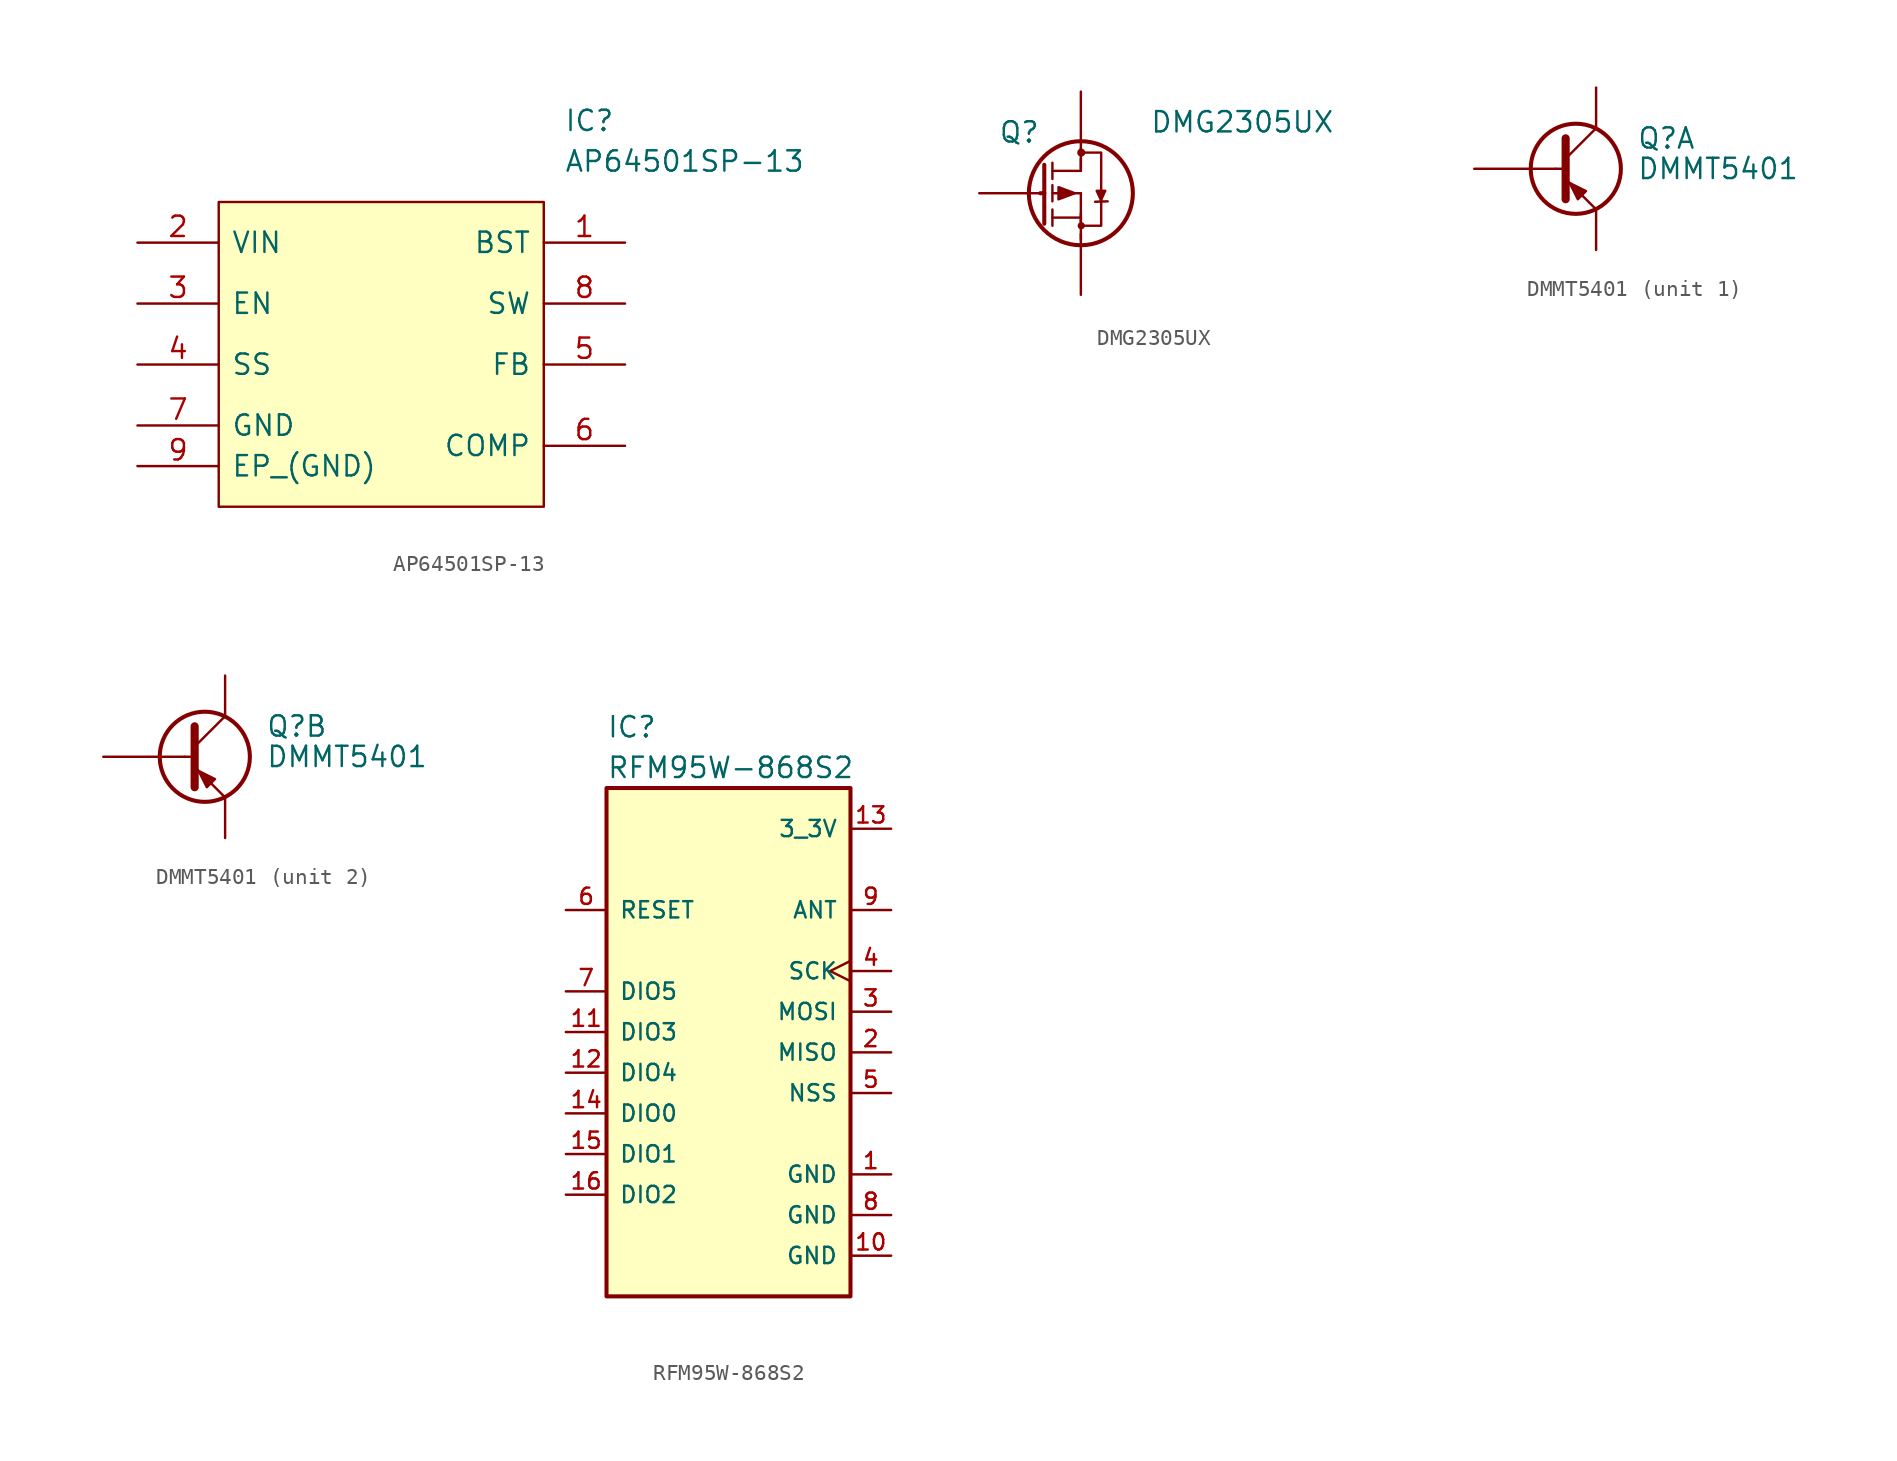
<source format=kicad_sym>
(kicad_symbol_lib
  (version 20211014)
  (generator kicad_symbol_editor)
  (symbol "AP64501SP-13"
    (pin_names
      (offset 0.762))
    (property "Reference" "IC"
      (at 26.67 7.62 0)
      (effects (font (size 1.27 1.27)) (justify left)))
    (property "Value" "AP64501SP-13"
      (at 26.67 5.08 0)
      (effects (font (size 1.27 1.27)) (justify left)))
    (symbol "AP64501SP-13_0_0"
      (pin passive line (at 30.48 0 180) (length 5.08) (name "BST" (effects (font (size 1.27 1.27)))) (number "1" (effects (font (size 1.27 1.27)))))
      (pin passive line (at 0 0 0) (length 5.08) (name "VIN" (effects (font (size 1.27 1.27)))) (number "2" (effects (font (size 1.27 1.27)))))
      (pin passive line (at 0 -3.81 0) (length 5.08) (name "EN" (effects (font (size 1.27 1.27)))) (number "3" (effects (font (size 1.27 1.27)))))
      (pin passive line (at 0 -7.62 0) (length 5.08) (name "SS" (effects (font (size 1.27 1.27)))) (number "4" (effects (font (size 1.27 1.27)))))
      (pin passive line (at 30.48 -7.62 180) (length 5.08) (name "FB" (effects (font (size 1.27 1.27)))) (number "5" (effects (font (size 1.27 1.27)))))
      (pin passive line (at 30.48 -12.7 180) (length 5.08) (name "COMP" (effects (font (size 1.27 1.27)))) (number "6" (effects (font (size 1.27 1.27)))))
      (pin passive line (at 0 -11.43 0) (length 5.08) (name "GND" (effects (font (size 1.27 1.27)))) (number "7" (effects (font (size 1.27 1.27)))))
      (pin passive line (at 30.48 -3.81 180) (length 5.08) (name "SW" (effects (font (size 1.27 1.27)))) (number "8" (effects (font (size 1.27 1.27)))))
      (pin passive line (at 0 -13.97 0) (length 5.08) (name "EP_(GND)" (effects (font (size 1.27 1.27)))) (number "9" (effects (font (size 1.27 1.27))))))
    (symbol "AP64501SP-13_0_1"
      (polyline (pts (xy 5.08 2.54) (xy 25.4 2.54) (xy 25.4 -16.51) (xy 5.08 -16.51) (xy 5.08 2.54)) (stroke (width 0.152) (type default) (color 0 0 0 0)) (fill (type background)))))
  (symbol "DMG2305UX"
    (pin_numbers hide)
    (pin_names
      (offset 0) hide)
    (property "Reference" "Q"
      (at -2.54 3.81 0)
      (effects (font (size 1.27 1.27)) (justify right)))
    (property "Value" "DMG2305UX"
      (at 15.875 4.445 0)
      (effects (font (size 1.27 1.27)) (justify right)))
    (symbol "DMG2305UX_0_1"
      (polyline (pts (xy -2.54 0) (xy -2.286 0)) (stroke (width 0.254) (type default) (color 0 0 0 0)) (fill (type none)))
      (polyline (pts (xy -1.778 -1.524) (xy 0 -1.524)) (stroke (width 0) (type default) (color 0 0 0 0)) (fill (type none)))
      (polyline (pts (xy -1.778 -1.016) (xy -1.778 -2.032)) (stroke (width 0) (type default) (color 0 0 0 0)) (fill (type none)))
      (polyline (pts (xy -1.778 0) (xy 0 0)) (stroke (width 0) (type default) (color 0 0 0 0)) (fill (type none)))
      (polyline (pts (xy -1.778 0.508) (xy -1.778 -0.508)) (stroke (width 0) (type default) (color 0 0 0 0)) (fill (type none)))
      (polyline (pts (xy -1.778 1.397) (xy 0 1.397)) (stroke (width 0) (type default) (color 0 0 0 0)) (fill (type none)))
      (polyline (pts (xy -1.778 1.905) (xy -1.778 0.889)) (stroke (width 0) (type default) (color 0 0 0 0)) (fill (type none)))
      (polyline (pts (xy 0 -2.032) (xy 0 -2.921)) (stroke (width 0) (type default) (color 0 0 0 0)) (fill (type none)))
      (polyline (pts (xy 0 -1.778) (xy 0 0)) (stroke (width 0) (type default) (color 0 0 0 0)) (fill (type none)))
      (polyline (pts (xy 0 -1.27) (xy 0 -2.032)) (stroke (width 0) (type default) (color 0 0 0 0)) (fill (type none)))
      (polyline (pts (xy 0 1.524) (xy 0 2.794)) (stroke (width 0) (type default) (color 0 0 0 0)) (fill (type none)))
      (polyline (pts (xy 0 2.159) (xy 0 1.397)) (stroke (width 0) (type default) (color 0 0 0 0)) (fill (type none)))
      (polyline (pts (xy 0.889 -0.533) (xy 1.676 -0.508)) (stroke (width 0) (type default) (color 0 0 0 0)) (fill (type none)))
      (polyline (pts (xy -2.286 1.778) (xy -2.286 -1.905) (xy -2.286 -1.397) (xy -2.286 -1.651)) (stroke (width 0.254) (type default) (color 0 0 0 0)) (fill (type none)))
      (polyline (pts (xy -0.381 0) (xy -1.397 0.381) (xy -1.397 -0.381) (xy -0.381 0)) (stroke (width 0) (type default) (color 0 0 0 0)) (fill (type outline)))
      (polyline (pts (xy 1.27 -0.457) (xy 0.991 0.152) (xy 1.524 0.152) (xy 1.245 -0.457)) (stroke (width 0) (type default) (color 0 0 0 0)) (fill (type outline)))
      (polyline (pts (xy 0 2.54) (xy 1.27 2.54) (xy 1.27 0.508) (xy 1.27 -2.032) (xy 0 -2.032)) (stroke (width 0) (type default) (color 0 0 0 0)) (fill (type none)))
      (circle (center 0 0) (radius 3.251) (stroke (width 0.254) (type default) (color 0 0 0 0)) (fill (type none)))
      (circle (center 0.025 -2.032) (radius 0.152) (stroke (width 0) (type default) (color 0 0 0 0)) (fill (type outline)))
      (circle (center 0.025 2.54) (radius 0.178) (stroke (width 0) (type default) (color 0 0 0 0)) (fill (type outline))))
    (symbol "DMG2305UX_1_1"
      (pin input line (at -6.35 0 0) (length 3.81) (name "G" (effects (font (size 1.27 1.27)))) (number "1" (effects (font (size 1.27 1.27)))))
      (pin passive line (at 0 -6.35 90) (length 3.81) (name "S" (effects (font (size 1.27 1.27)))) (number "2" (effects (font (size 1.27 1.27)))))
      (pin passive line (at 0 6.35 270) (length 3.81) (name "D" (effects (font (size 1.27 1.27)))) (number "3" (effects (font (size 1.27 1.27)))))))
  (symbol "DMMT5401"
    (pin_numbers hide)
    (pin_names
      (offset 0) hide)
    (property "Reference" "Q"
      (at 5.08 1.905 0)
      (effects (font (size 1.27 1.27)) (justify left)))
    (property "Value" "DMMT5401"
      (at 5.08 0 0)
      (effects (font (size 1.27 1.27)) (justify left)))
    (symbol "DMMT5401_0_1"
      (polyline (pts (xy 0 0) (xy 0.635 0)) (stroke (width 0) (type default) (color 0 0 0 0)) (fill (type none)))
      (polyline (pts (xy 2.54 -2.54) (xy 0.635 -0.635)) (stroke (width 0) (type default) (color 0 0 0 0)) (fill (type none)))
      (polyline (pts (xy 2.54 2.54) (xy 0.635 0.635)) (stroke (width 0) (type default) (color 0 0 0 0)) (fill (type none)))
      (polyline (pts (xy 0.635 1.905) (xy 0.635 -1.905) (xy 0.635 -1.905)) (stroke (width 0.508) (type default) (color 0 0 0 0)) (fill (type outline)))
      (polyline (pts (xy 1.397 -1.905) (xy 1.905 -1.397) (xy 0.889 -0.889) (xy 1.397 -1.905) (xy 1.397 -1.905)) (stroke (width 0) (type default) (color 0 0 0 0)) (fill (type outline)))
      (circle (center 1.27 0) (radius 2.819) (stroke (width 0.254) (type default) (color 0 0 0 0)) (fill (type none))))
    (symbol "DMMT5401_1_1"
      (pin passive line (at 2.54 5.08 270) (length 2.54) (name "C" (effects (font (size 1.27 1.27)))) (number "1" (effects (font (size 1.27 1.27)))))
      (pin input line (at -5.08 0 0) (length 5.08) (name "B" (effects (font (size 1.27 1.27)))) (number "2" (effects (font (size 1.27 1.27)))))
      (pin passive line (at 2.54 -5.08 90) (length 2.54) (name "E" (effects (font (size 1.27 1.27)))) (number "6" (effects (font (size 1.27 1.27))))))
    (symbol "DMMT5401_2_1"
      (pin input line (at -5.08 0 0) (length 5.08) (name "B" (effects (font (size 1.27 1.27)))) (number "3" (effects (font (size 1.27 1.27)))))
      (pin passive line (at 2.54 5.08 270) (length 2.54) (name "C" (effects (font (size 1.27 1.27)))) (number "4" (effects (font (size 1.27 1.27)))))
      (pin passive line (at 2.54 -5.08 90) (length 2.54) (name "E" (effects (font (size 1.27 1.27)))) (number "5" (effects (font (size 1.27 1.27)))))))
  (symbol "RFM95W-868S2"
    (pin_names
      (offset 0.762))
    (property "Reference" "IC"
      (at -7.62 19.05 0)
      (effects (font (size 1.27 1.27)) (justify left)))
    (property "Value" "RFM95W-868S2"
      (at -7.62 16.51 0)
      (effects (font (size 1.27 1.27)) (justify left)))
    (symbol "RFM95W-868S2_0_0"
      (rectangle (start -7.62 15.24) (end 7.62 -16.51) (stroke (width 0.254) (type default) (color 0 0 0 0)) (fill (type background)))
      (pin power_in line (at 10.16 -8.89 180) (length 2.54) (name "GND" (effects (font (size 1.016 1.016)))) (number "1" (effects (font (size 1.016 1.016)))))
      (pin power_in line (at 10.16 -13.97 180) (length 2.54) (name "GND" (effects (font (size 1.016 1.016)))) (number "10" (effects (font (size 1.016 1.016)))))
      (pin bidirectional line (at -10.16 0 0) (length 2.54) (name "DIO3" (effects (font (size 1.016 1.016)))) (number "11" (effects (font (size 1.016 1.016)))))
      (pin bidirectional line (at -10.16 -2.54 0) (length 2.54) (name "DIO4" (effects (font (size 1.016 1.016)))) (number "12" (effects (font (size 1.016 1.016)))))
      (pin power_in line (at 10.16 12.7 180) (length 2.54) (name "3_3V" (effects (font (size 1.016 1.016)))) (number "13" (effects (font (size 1.016 1.016)))))
      (pin bidirectional line (at -10.16 -5.08 0) (length 2.54) (name "DIO0" (effects (font (size 1.016 1.016)))) (number "14" (effects (font (size 1.016 1.016)))))
      (pin bidirectional line (at -10.16 -7.62 0) (length 2.54) (name "DIO1" (effects (font (size 1.016 1.016)))) (number "15" (effects (font (size 1.016 1.016)))))
      (pin bidirectional line (at -10.16 -10.16 0) (length 2.54) (name "DIO2" (effects (font (size 1.016 1.016)))) (number "16" (effects (font (size 1.016 1.016)))))
      (pin input line (at 10.16 -1.27 180) (length 2.54) (name "MISO" (effects (font (size 1.016 1.016)))) (number "2" (effects (font (size 1.016 1.016)))))
      (pin output line (at 10.16 1.27 180) (length 2.54) (name "MOSI" (effects (font (size 1.016 1.016)))) (number "3" (effects (font (size 1.016 1.016)))))
      (pin input clock (at 10.16 3.81 180) (length 2.54) (name "SCK" (effects (font (size 1.016 1.016)))) (number "4" (effects (font (size 1.016 1.016)))))
      (pin input line (at 10.16 -3.81 180) (length 2.54) (name "NSS" (effects (font (size 1.016 1.016)))) (number "5" (effects (font (size 1.016 1.016)))))
      (pin bidirectional line (at -10.16 7.62 0) (length 2.54) (name "RESET" (effects (font (size 1.016 1.016)))) (number "6" (effects (font (size 1.016 1.016)))))
      (pin bidirectional line (at -10.16 2.54 0) (length 2.54) (name "DIO5" (effects (font (size 1.016 1.016)))) (number "7" (effects (font (size 1.016 1.016)))))
      (pin power_in line (at 10.16 -11.43 180) (length 2.54) (name "GND" (effects (font (size 1.016 1.016)))) (number "8" (effects (font (size 1.016 1.016)))))
      (pin passive line (at 10.16 7.62 180) (length 2.54) (name "ANT" (effects (font (size 1.016 1.016)))) (number "9" (effects (font (size 1.016 1.016))))))))
</source>
